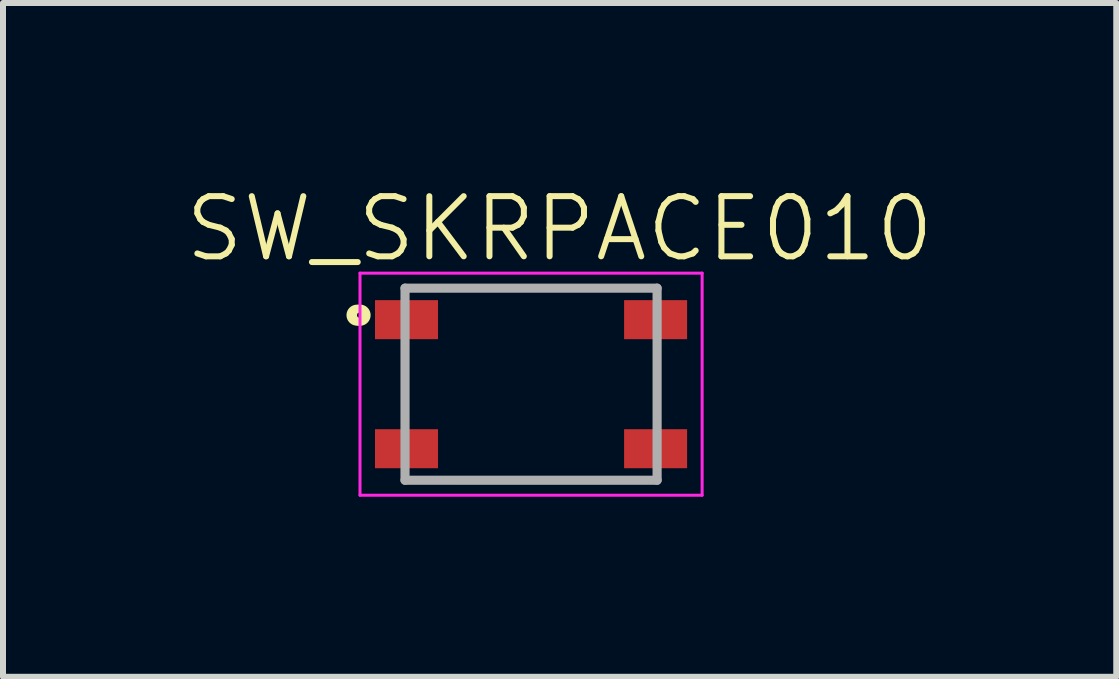
<source format=kicad_pcb>
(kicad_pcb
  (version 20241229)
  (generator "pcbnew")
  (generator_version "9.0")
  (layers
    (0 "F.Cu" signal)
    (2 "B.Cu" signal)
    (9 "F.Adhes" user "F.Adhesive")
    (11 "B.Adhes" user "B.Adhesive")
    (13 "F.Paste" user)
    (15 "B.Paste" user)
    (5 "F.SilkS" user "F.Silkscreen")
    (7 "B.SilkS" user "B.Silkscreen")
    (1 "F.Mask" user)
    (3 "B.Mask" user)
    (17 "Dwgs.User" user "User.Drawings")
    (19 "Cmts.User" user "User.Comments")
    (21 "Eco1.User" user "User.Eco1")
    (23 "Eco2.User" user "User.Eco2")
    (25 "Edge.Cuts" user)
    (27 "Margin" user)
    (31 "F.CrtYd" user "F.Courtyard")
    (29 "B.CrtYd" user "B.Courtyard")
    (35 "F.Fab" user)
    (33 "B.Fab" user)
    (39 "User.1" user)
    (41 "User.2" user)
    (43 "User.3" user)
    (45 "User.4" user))
  (footprint "SW_SKRPACE010"
    (layer "F.Cu")
    (at 5.798 3.351)
    (property "Reference" "SW_SKRPACE010" (at 0.476 -2.589 0) (layer "F.SilkS") (effects (font (size 1.002 1.002) (thickness 0.1))))
    (attr through_hole)
    (fp_line (start -2.1 -0.5) (end -2.1 0.5) (stroke (width 0.127) (type solid)) (layer "F.SilkS"))
    (fp_line (start -1.25 -1.6) (end 1.25 -1.6) (stroke (width 0.127) (type solid)) (layer "F.SilkS"))
    (fp_line (start -1.25 1.6) (end 1.25 1.6) (stroke (width 0.127) (type solid)) (layer "F.SilkS"))
    (fp_line (start 2.1 -0.5) (end 2.1 0.5) (stroke (width 0.127) (type solid)) (layer "F.SilkS"))
    (fp_circle (center -2.9 -1.15) (end -2.788 -1.15) (stroke (width 0.127) (type solid)) (fill no) (layer "F.SilkS"))
    (fp_circle (center -2.85 -1.15) (end -2.8 -1.15) (stroke (width 0.127) (type solid)) (fill no) (layer "F.SilkS"))
    (fp_line (start -2.85 -1.85) (end 2.85 -1.85) (stroke (width 0.05) (type solid)) (layer "F.CrtYd"))
    (fp_line (start -2.85 1.85) (end -2.85 -1.85) (stroke (width 0.05) (type solid)) (layer "F.CrtYd"))
    (fp_line (start 2.85 -1.85) (end 2.85 1.85) (stroke (width 0.05) (type solid)) (layer "F.CrtYd"))
    (fp_line (start 2.85 1.85) (end -2.85 1.85) (stroke (width 0.05) (type solid)) (layer "F.CrtYd"))
    (fp_line (start -2.1 -1.6) (end 2.1 -1.6) (stroke (width 0.152) (type solid)) (layer "F.Fab"))
    (fp_line (start -2.1 1.6) (end -2.1 -1.6) (stroke (width 0.152) (type solid)) (layer "F.Fab"))
    (fp_line (start 2.1 -1.6) (end 2.1 1.6) (stroke (width 0.152) (type solid)) (layer "F.Fab"))
    (fp_line (start 2.1 1.6) (end -2.1 1.6) (stroke (width 0.152) (type solid)) (layer "F.Fab"))
    (pad "1" smd rect (at -2.075 -1.075) (size 1.05 0.65) (layers "F.Cu" "F.Mask" "F.Paste"))
    (pad "2" smd rect (at 2.075 -1.075) (size 1.05 0.65) (layers "F.Cu" "F.Mask" "F.Paste"))
    (pad "3" smd rect (at -2.075 1.075) (size 1.05 0.65) (layers "F.Cu" "F.Mask" "F.Paste"))
    (pad "4" smd rect (at 2.075 1.075) (size 1.05 0.65) (layers "F.Cu" "F.Mask" "F.Paste")))
  (gr_rect
    (start -3 -3)
    (end 15.548 8.226)
    (stroke (width 0.1) (type default))
    (fill no)
    (layer "Edge.Cuts")))
</source>
